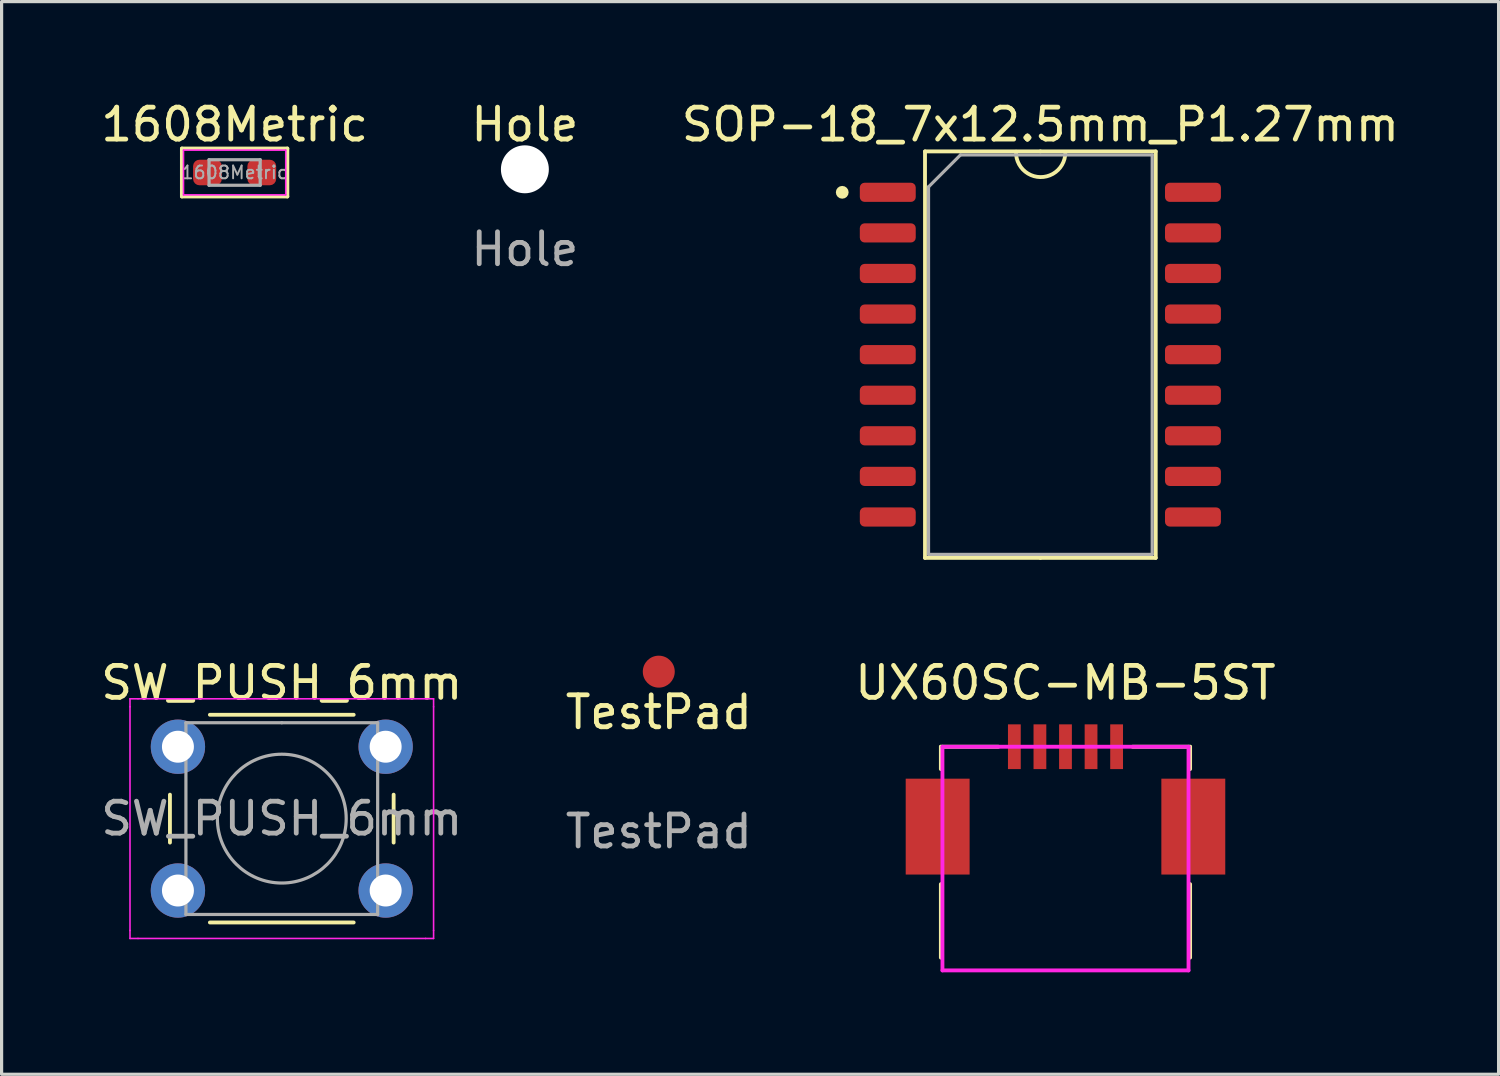
<source format=kicad_pcb>
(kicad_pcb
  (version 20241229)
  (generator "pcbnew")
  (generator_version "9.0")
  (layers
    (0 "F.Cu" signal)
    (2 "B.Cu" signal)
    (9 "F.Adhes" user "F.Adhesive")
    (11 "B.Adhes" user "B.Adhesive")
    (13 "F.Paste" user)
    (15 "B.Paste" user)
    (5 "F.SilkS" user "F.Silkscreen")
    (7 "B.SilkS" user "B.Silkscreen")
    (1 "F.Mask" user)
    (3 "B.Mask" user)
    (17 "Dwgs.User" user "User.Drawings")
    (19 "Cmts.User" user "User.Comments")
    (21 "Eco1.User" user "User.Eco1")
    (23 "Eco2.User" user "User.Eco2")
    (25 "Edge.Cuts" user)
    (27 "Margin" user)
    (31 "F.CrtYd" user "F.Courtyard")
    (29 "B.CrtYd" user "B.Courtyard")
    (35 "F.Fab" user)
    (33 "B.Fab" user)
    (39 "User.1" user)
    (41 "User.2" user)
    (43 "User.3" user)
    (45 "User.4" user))
  (footprint "UX60SC-MB-5ST"
    (layer "F.Cu")
    (at 30.292 27.317)
    (property "Reference" "UX60SC-MB-5ST" (at 0 -9 0) (layer "F.SilkS") (effects (font (size 1 1) (thickness 0.15))))
    (attr through_hole)
    (fp_line (start -3.9 -7) (end -2.1 -7) (stroke (width 0.12) (type solid)) (layer "F.SilkS"))
    (fp_line (start -3.9 -6.3) (end -3.9 -7) (stroke (width 0.12) (type solid)) (layer "F.SilkS"))
    (fp_line (start -3.9 -2.7) (end -3.9 -0.4) (stroke (width 0.12) (type solid)) (layer "F.SilkS"))
    (fp_line (start 3.9 -7) (end 2.1 -7) (stroke (width 0.12) (type solid)) (layer "F.SilkS"))
    (fp_line (start 3.9 -6.3) (end 3.9 -7) (stroke (width 0.12) (type solid)) (layer "F.SilkS"))
    (fp_line (start 3.9 -2.7) (end 3.9 -0.4) (stroke (width 0.12) (type solid)) (layer "F.SilkS"))
    (fp_line (start -3.85 -7) (end 3.85 -7) (stroke (width 0.12) (type solid)) (layer "F.CrtYd"))
    (fp_line (start -3.85 0) (end -3.85 -7) (stroke (width 0.12) (type solid)) (layer "F.CrtYd"))
    (fp_line (start 3.85 -7) (end 3.85 0) (stroke (width 0.12) (type solid)) (layer "F.CrtYd"))
    (fp_line (start 3.85 0) (end -3.85 0) (stroke (width 0.12) (type solid)) (layer "F.CrtYd"))
    (pad "1" smd rect (at -1.6 -7) (size 0.4 1.4) (layers "F.Cu" "F.Mask" "F.Paste"))
    (pad "2" smd rect (at -0.8 -7) (size 0.4 1.4) (layers "F.Cu" "F.Mask" "F.Paste"))
    (pad "3" smd rect (at 0 -7) (size 0.4 1.4) (layers "F.Cu" "F.Mask" "F.Paste"))
    (pad "4" smd rect (at 0.8 -7) (size 0.4 1.4) (layers "F.Cu" "F.Mask" "F.Paste"))
    (pad "5" smd rect (at 1.6 -7) (size 0.4 1.4) (layers "F.Cu" "F.Mask" "F.Paste"))
    (pad "6" smd rect (at -4 -4.5 180) (size 2 3) (layers "F.Cu" "F.Mask" "F.Paste"))
    (pad "6" smd rect (at 4 -4.5 180) (size 2 3) (layers "F.Cu" "F.Mask" "F.Paste")))
  (footprint "Hole"
    (layer "F.Cu")
    (at 13.375 2.248)
    (property "Reference" "Hole" (at 0 -1.4 0) (unlocked yes) (layer "F.SilkS") (effects (font (size 1 1) (thickness 0.15))))
    (attr through_hole)
    (fp_text user "${REFERENCE}" (at 0 2.5 0) (unlocked yes) (layer "F.Fab") (effects (font (size 1 1) (thickness 0.15))))
    (pad "" np_thru_hole circle (at 0 0) (size 1.5 1.5) (drill 1.5) (layers "*.Cu" "*.Mask")))
  (footprint "SW_PUSH_6mm"
    (layer "F.Cu")
    (at 2.518 20.317)
    (property "Reference" "SW_PUSH_6mm" (at 3.25 -2 0) (layer "F.SilkS") (effects (font (size 1 1) (thickness 0.15))))
    (attr through_hole)
    (fp_line (start -0.25 1.5) (end -0.25 3) (stroke (width 0.12) (type solid)) (layer "F.SilkS"))
    (fp_line (start 1 5.5) (end 5.5 5.5) (stroke (width 0.12) (type solid)) (layer "F.SilkS"))
    (fp_line (start 5.5 -1) (end 1 -1) (stroke (width 0.12) (type solid)) (layer "F.SilkS"))
    (fp_line (start 6.75 3) (end 6.75 1.5) (stroke (width 0.12) (type solid)) (layer "F.SilkS"))
    (fp_line (start -1.5 -1.5) (end -1.25 -1.5) (stroke (width 0.05) (type solid)) (layer "F.CrtYd"))
    (fp_line (start -1.5 -1.25) (end -1.5 -1.5) (stroke (width 0.05) (type solid)) (layer "F.CrtYd"))
    (fp_line (start -1.5 5.75) (end -1.5 -1.25) (stroke (width 0.05) (type solid)) (layer "F.CrtYd"))
    (fp_line (start -1.5 5.75) (end -1.5 6) (stroke (width 0.05) (type solid)) (layer "F.CrtYd"))
    (fp_line (start -1.5 6) (end -1.25 6) (stroke (width 0.05) (type solid)) (layer "F.CrtYd"))
    (fp_line (start -1.25 -1.5) (end 7.75 -1.5) (stroke (width 0.05) (type solid)) (layer "F.CrtYd"))
    (fp_line (start 7.75 -1.5) (end 8 -1.5) (stroke (width 0.05) (type solid)) (layer "F.CrtYd"))
    (fp_line (start 7.75 6) (end -1.25 6) (stroke (width 0.05) (type solid)) (layer "F.CrtYd"))
    (fp_line (start 7.75 6) (end 8 6) (stroke (width 0.05) (type solid)) (layer "F.CrtYd"))
    (fp_line (start 8 -1.5) (end 8 -1.25) (stroke (width 0.05) (type solid)) (layer "F.CrtYd"))
    (fp_line (start 8 -1.25) (end 8 5.75) (stroke (width 0.05) (type solid)) (layer "F.CrtYd"))
    (fp_line (start 8 6) (end 8 5.75) (stroke (width 0.05) (type solid)) (layer "F.CrtYd"))
    (fp_line (start 0.25 -0.75) (end 3.25 -0.75) (stroke (width 0.1) (type solid)) (layer "F.Fab"))
    (fp_line (start 0.25 5.25) (end 0.25 -0.75) (stroke (width 0.1) (type solid)) (layer "F.Fab"))
    (fp_line (start 3.25 -0.75) (end 6.25 -0.75) (stroke (width 0.1) (type solid)) (layer "F.Fab"))
    (fp_line (start 6.25 -0.75) (end 6.25 5.25) (stroke (width 0.1) (type solid)) (layer "F.Fab"))
    (fp_line (start 6.25 5.25) (end 0.25 5.25) (stroke (width 0.1) (type solid)) (layer "F.Fab"))
    (fp_circle (center 3.25 2.25) (end 1.25 2.5) (stroke (width 0.1) (type solid)) (fill no) (layer "F.Fab"))
    (fp_text user "${REFERENCE}" (at 3.25 2.25 0) (layer "F.Fab") (effects (font (size 1 1) (thickness 0.15))))
    (pad "1" thru_hole circle (at 0 0 90) (size 1.7 1.7) (drill 1) (layers "*.Cu" "*.Mask"))
    (pad "1" thru_hole circle (at 6.5 0 90) (size 1.7 1.7) (drill 1) (layers "*.Cu" "*.Mask"))
    (pad "2" thru_hole circle (at 0 4.5 90) (size 1.7 1.7) (drill 1) (layers "*.Cu" "*.Mask"))
    (pad "2" thru_hole circle (at 6.5 4.5 90) (size 1.7 1.7) (drill 1) (layers "*.Cu" "*.Mask")))
  (footprint "TestPad"
    (layer "F.Cu")
    (at 17.565 17.968)
    (property "Reference" "TestPad" (at 0 1.27 0) (unlocked yes) (layer "F.SilkS") (effects (font (size 1 1) (thickness 0.15))))
    (attr smd)
    (fp_text user "${REFERENCE}" (at 0 5 0) (unlocked yes) (layer "F.Fab") (effects (font (size 1 1) (thickness 0.15))))
    (pad "1" smd circle (at 0 0) (size 1 1) (layers "F.Cu" "F.Mask" "F.Paste")))
  (footprint "SOP-18_7x12.5mm_P1.27mm"
    (layer "F.Cu")
    (at 29.506 8.048)
    (property "Reference" "SOP-18_7x12.5mm_P1.27mm" (at 0 -7.2 0) (layer "F.SilkS") (effects (font (size 1 1) (thickness 0.15))))
    (attr smd)
    (fp_line (start -3.61 -6.36) (end -3.61 6.36) (stroke (width 0.12) (type solid)) (layer "F.SilkS"))
    (fp_line (start 0 -6.36) (end -3.61 -6.36) (stroke (width 0.12) (type solid)) (layer "F.SilkS"))
    (fp_line (start 0 -6.36) (end 3.61 -6.36) (stroke (width 0.12) (type solid)) (layer "F.SilkS"))
    (fp_line (start 0 6.36) (end -3.61 6.36) (stroke (width 0.12) (type solid)) (layer "F.SilkS"))
    (fp_line (start 0 6.36) (end 3.61 6.36) (stroke (width 0.12) (type solid)) (layer "F.SilkS"))
    (fp_line (start 3.61 -6.36) (end 3.61 6.36) (stroke (width 0.12) (type solid)) (layer "F.SilkS"))
    (fp_arc (start 0.782259 -6.33) (mid -0.000001 -5.557806) (end -0.762 -6.35) (stroke (width 0.12) (type solid)) (layer "F.SilkS"))
    (fp_circle (center -6.2 -5.08) (end -6.1 -5.08) (stroke (width 0.2) (type solid)) (fill no) (layer "F.SilkS"))
    (fp_line (start -3.5 -5.25) (end -2.5 -6.25) (stroke (width 0.1) (type solid)) (layer "F.Fab"))
    (fp_line (start -3.5 6.25) (end -3.5 -5.25) (stroke (width 0.1) (type solid)) (layer "F.Fab"))
    (fp_line (start -2.5 -6.25) (end 3.5 -6.25) (stroke (width 0.1) (type solid)) (layer "F.Fab"))
    (fp_line (start 3.5 -6.25) (end 3.5 6.25) (stroke (width 0.1) (type solid)) (layer "F.Fab"))
    (fp_line (start 3.5 6.25) (end -3.5 6.25) (stroke (width 0.1) (type solid)) (layer "F.Fab"))
    (pad "1" smd roundrect (at -4.775 -5.08) (size 1.75 0.6) (layers "F.Cu" "F.Mask" "F.Paste") (roundrect_rratio 0.25))
    (pad "2" smd roundrect (at -4.775 -3.81) (size 1.75 0.6) (layers "F.Cu" "F.Mask" "F.Paste") (roundrect_rratio 0.25))
    (pad "3" smd roundrect (at -4.775 -2.54) (size 1.75 0.6) (layers "F.Cu" "F.Mask" "F.Paste") (roundrect_rratio 0.25))
    (pad "4" smd roundrect (at -4.775 -1.27) (size 1.75 0.6) (layers "F.Cu" "F.Mask" "F.Paste") (roundrect_rratio 0.25))
    (pad "5" smd roundrect (at -4.775 0) (size 1.75 0.6) (layers "F.Cu" "F.Mask" "F.Paste") (roundrect_rratio 0.25))
    (pad "6" smd roundrect (at -4.775 1.27) (size 1.75 0.6) (layers "F.Cu" "F.Mask" "F.Paste") (roundrect_rratio 0.25))
    (pad "7" smd roundrect (at -4.775 2.54) (size 1.75 0.6) (layers "F.Cu" "F.Mask" "F.Paste") (roundrect_rratio 0.25))
    (pad "8" smd roundrect (at -4.775 3.81) (size 1.75 0.6) (layers "F.Cu" "F.Mask" "F.Paste") (roundrect_rratio 0.25))
    (pad "9" smd roundrect (at -4.775 5.08) (size 1.75 0.6) (layers "F.Cu" "F.Mask" "F.Paste") (roundrect_rratio 0.25))
    (pad "10" smd roundrect (at 4.775 5.08) (size 1.75 0.6) (layers "F.Cu" "F.Mask" "F.Paste") (roundrect_rratio 0.25))
    (pad "11" smd roundrect (at 4.775 3.81) (size 1.75 0.6) (layers "F.Cu" "F.Mask" "F.Paste") (roundrect_rratio 0.25))
    (pad "12" smd roundrect (at 4.775 2.54) (size 1.75 0.6) (layers "F.Cu" "F.Mask" "F.Paste") (roundrect_rratio 0.25))
    (pad "13" smd roundrect (at 4.775 1.27) (size 1.75 0.6) (layers "F.Cu" "F.Mask" "F.Paste") (roundrect_rratio 0.25))
    (pad "14" smd roundrect (at 4.775 0) (size 1.75 0.6) (layers "F.Cu" "F.Mask" "F.Paste") (roundrect_rratio 0.25))
    (pad "15" smd roundrect (at 4.775 -1.27) (size 1.75 0.6) (layers "F.Cu" "F.Mask" "F.Paste") (roundrect_rratio 0.25))
    (pad "16" smd roundrect (at 4.775 -2.54) (size 1.75 0.6) (layers "F.Cu" "F.Mask" "F.Paste") (roundrect_rratio 0.25))
    (pad "17" smd roundrect (at 4.775 -3.81) (size 1.75 0.6) (layers "F.Cu" "F.Mask" "F.Paste") (roundrect_rratio 0.25))
    (pad "18" smd roundrect (at 4.775 -5.08) (size 1.75 0.6) (layers "F.Cu" "F.Mask" "F.Paste") (roundrect_rratio 0.25)))
  (footprint "1608Metric"
    (layer "F.Cu")
    (at 4.292 2.348)
    (property "Reference" "1608Metric" (at 0 -1.5 0) (layer "F.SilkS") (effects (font (size 1 1) (thickness 0.15))))
    (attr smd)
    (fp_line (start -1.65 -0.75) (end -1.65 0.75) (stroke (width 0.12) (type solid)) (layer "F.SilkS"))
    (fp_line (start -1.65 -0.75) (end 1.65 -0.75) (stroke (width 0.12) (type solid)) (layer "F.SilkS"))
    (fp_line (start -1.65 0.75) (end 1.65 0.75) (stroke (width 0.12) (type solid)) (layer "F.SilkS"))
    (fp_line (start 1.65 -0.75) (end 1.65 0.75) (stroke (width 0.12) (type solid)) (layer "F.SilkS"))
    (fp_line (start -1.6 -0.7) (end 1.6 -0.7) (stroke (width 0.05) (type solid)) (layer "F.CrtYd"))
    (fp_line (start -1.6 0.7) (end -1.6 -0.7) (stroke (width 0.05) (type solid)) (layer "F.CrtYd"))
    (fp_line (start 1.6 -0.7) (end 1.6 0.7) (stroke (width 0.05) (type solid)) (layer "F.CrtYd"))
    (fp_line (start 1.6 0.7) (end -1.6 0.7) (stroke (width 0.05) (type solid)) (layer "F.CrtYd"))
    (fp_line (start -0.8 -0.4) (end 0.8 -0.4) (stroke (width 0.1) (type solid)) (layer "F.Fab"))
    (fp_line (start -0.8 0.4) (end -0.8 -0.4) (stroke (width 0.1) (type solid)) (layer "F.Fab"))
    (fp_line (start 0.8 -0.4) (end 0.8 0.4) (stroke (width 0.1) (type solid)) (layer "F.Fab"))
    (fp_line (start 0.8 0.4) (end -0.8 0.4) (stroke (width 0.1) (type solid)) (layer "F.Fab"))
    (fp_text user "${REFERENCE}" (at 0 0 0) (layer "F.Fab") (effects (font (size 0.4 0.4) (thickness 0.06))))
    (pad "1" smd roundrect (at -0.85 0) (size 0.9 0.8) (layers "F.Cu" "F.Mask" "F.Paste") (roundrect_rratio 0.25))
    (pad "2" smd roundrect (at 0.85 0) (size 0.9 0.8) (layers "F.Cu" "F.Mask" "F.Paste") (roundrect_rratio 0.25)))
  (gr_rect
    (start -3 -3)
    (end 43.845 30.567)
    (stroke (width 0.1) (type default))
    (fill no)
    (layer "Edge.Cuts")))
</source>
